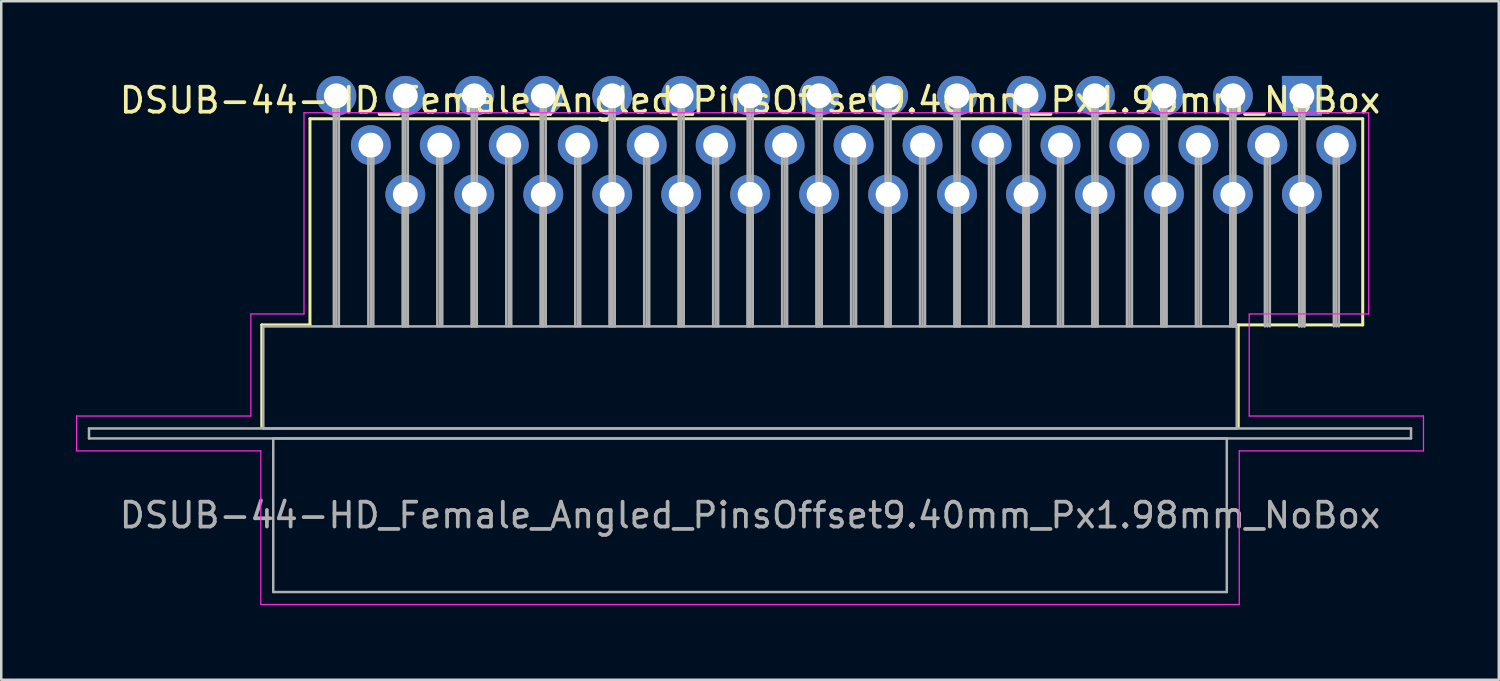
<source format=kicad_pcb>
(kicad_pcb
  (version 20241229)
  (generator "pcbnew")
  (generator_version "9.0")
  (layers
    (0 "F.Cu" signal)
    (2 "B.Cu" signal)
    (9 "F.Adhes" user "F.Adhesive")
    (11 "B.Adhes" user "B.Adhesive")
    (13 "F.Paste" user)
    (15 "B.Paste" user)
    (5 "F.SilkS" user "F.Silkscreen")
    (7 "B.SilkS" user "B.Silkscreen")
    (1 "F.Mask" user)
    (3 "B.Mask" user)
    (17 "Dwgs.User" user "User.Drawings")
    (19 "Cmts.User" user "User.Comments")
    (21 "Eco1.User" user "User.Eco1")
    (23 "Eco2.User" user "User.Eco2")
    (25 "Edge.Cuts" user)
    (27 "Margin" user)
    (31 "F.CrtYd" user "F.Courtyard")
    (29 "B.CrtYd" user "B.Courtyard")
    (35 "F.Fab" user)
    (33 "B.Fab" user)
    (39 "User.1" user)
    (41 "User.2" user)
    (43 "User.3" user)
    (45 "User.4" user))
  (footprint "DSUB-44-HD_Female_Angled_PinsOffset9.40mm_Px1.98mm_NoBox"
    (layer "F.Cu")
    (at 49.24 0.8)
    (property "Reference" "DSUB-44-HD_Female_Angled_PinsOffset9.40mm_Px1.98mm_NoBox" (at -22.165 0.18 0) (layer "F.SilkS") (effects (font (size 1 1) (thickness 0.15))))
    (attr through_hole)
    (fp_line (start -41.775 9.2) (end -39.84 9.2) (stroke (width 0.12) (type solid)) (layer "F.SilkS"))
    (fp_line (start -41.775 13.3) (end -41.775 9.2) (stroke (width 0.12) (type solid)) (layer "F.SilkS"))
    (fp_line (start -39.84 0.92) (end 2.445 0.92) (stroke (width 0.12) (type solid)) (layer "F.SilkS"))
    (fp_line (start -39.84 9.2) (end -39.84 0.92) (stroke (width 0.12) (type solid)) (layer "F.SilkS"))
    (fp_line (start -2.555 9.2) (end -2.555 13.3) (stroke (width 0.12) (type solid)) (layer "F.SilkS"))
    (fp_line (start -0.25 0.226) (end 0.25 0.226) (stroke (width 0.12) (type solid)) (layer "F.SilkS"))
    (fp_line (start 0 0.659) (end -0.25 0.226) (stroke (width 0.12) (type solid)) (layer "F.SilkS"))
    (fp_line (start 0.25 0.226) (end 0 0.659) (stroke (width 0.12) (type solid)) (layer "F.SilkS"))
    (fp_line (start 2.445 0.92) (end 2.445 9.2) (stroke (width 0.12) (type solid)) (layer "F.SilkS"))
    (fp_line (start 2.445 9.2) (end -2.555 9.2) (stroke (width 0.12) (type solid)) (layer "F.SilkS"))
    (fp_line (start -49.215 12.86) (end -42.215 12.86) (stroke (width 0.05) (type solid)) (layer "F.CrtYd"))
    (fp_line (start -49.215 14.26) (end -49.215 12.86) (stroke (width 0.05) (type solid)) (layer "F.CrtYd"))
    (fp_line (start -42.215 8.76) (end -40.08 8.76) (stroke (width 0.05) (type solid)) (layer "F.CrtYd"))
    (fp_line (start -42.215 12.86) (end -42.215 8.76) (stroke (width 0.05) (type solid)) (layer "F.CrtYd"))
    (fp_line (start -41.815 14.26) (end -49.215 14.26) (stroke (width 0.05) (type solid)) (layer "F.CrtYd"))
    (fp_line (start -41.815 20.43) (end -41.815 14.26) (stroke (width 0.05) (type solid)) (layer "F.CrtYd"))
    (fp_line (start -40.08 0.68) (end 2.685 0.68) (stroke (width 0.05) (type solid)) (layer "F.CrtYd"))
    (fp_line (start -40.08 8.76) (end -40.08 0.68) (stroke (width 0.05) (type solid)) (layer "F.CrtYd"))
    (fp_line (start -2.515 14.26) (end -2.515 20.43) (stroke (width 0.05) (type solid)) (layer "F.CrtYd"))
    (fp_line (start -2.515 20.43) (end -41.815 20.43) (stroke (width 0.05) (type solid)) (layer "F.CrtYd"))
    (fp_line (start -2.115 8.76) (end -2.115 12.86) (stroke (width 0.05) (type solid)) (layer "F.CrtYd"))
    (fp_line (start -2.115 12.86) (end 4.885 12.86) (stroke (width 0.05) (type solid)) (layer "F.CrtYd"))
    (fp_line (start 2.685 0.68) (end 2.685 8.76) (stroke (width 0.05) (type solid)) (layer "F.CrtYd"))
    (fp_line (start 2.685 8.76) (end -2.115 8.76) (stroke (width 0.05) (type solid)) (layer "F.CrtYd"))
    (fp_line (start 4.885 12.86) (end 4.885 14.26) (stroke (width 0.05) (type solid)) (layer "F.CrtYd"))
    (fp_line (start 4.885 14.26) (end -2.515 14.26) (stroke (width 0.05) (type solid)) (layer "F.CrtYd"))
    (fp_line (start -48.715 13.36) (end -48.715 13.76) (stroke (width 0.1) (type solid)) (layer "F.Fab"))
    (fp_line (start -48.715 13.76) (end 4.385 13.76) (stroke (width 0.1) (type solid)) (layer "F.Fab"))
    (fp_line (start -41.715 9.26) (end -41.715 13.36) (stroke (width 0.1) (type solid)) (layer "F.Fab"))
    (fp_line (start -41.715 13.36) (end -2.615 13.36) (stroke (width 0.1) (type solid)) (layer "F.Fab"))
    (fp_line (start -41.315 13.76) (end -41.315 19.93) (stroke (width 0.1) (type solid)) (layer "F.Fab"))
    (fp_line (start -41.315 19.93) (end -3.015 19.93) (stroke (width 0.1) (type solid)) (layer "F.Fab"))
    (fp_line (start -38.88 0) (end -38.88 9.26) (stroke (width 0.1) (type solid)) (layer "F.Fab"))
    (fp_line (start -38.78 0) (end -38.78 9.26) (stroke (width 0.1) (type solid)) (layer "F.Fab"))
    (fp_line (start -38.68 0) (end -38.68 9.26) (stroke (width 0.1) (type solid)) (layer "F.Fab"))
    (fp_line (start -37.495 1.98) (end -37.495 9.26) (stroke (width 0.1) (type solid)) (layer "F.Fab"))
    (fp_line (start -37.395 1.98) (end -37.395 9.26) (stroke (width 0.1) (type solid)) (layer "F.Fab"))
    (fp_line (start -37.295 1.98) (end -37.295 9.26) (stroke (width 0.1) (type solid)) (layer "F.Fab"))
    (fp_line (start -36.11 0) (end -36.11 9.26) (stroke (width 0.1) (type solid)) (layer "F.Fab"))
    (fp_line (start -36.11 3.96) (end -36.11 9.26) (stroke (width 0.1) (type solid)) (layer "F.Fab"))
    (fp_line (start -36.01 0) (end -36.01 9.26) (stroke (width 0.1) (type solid)) (layer "F.Fab"))
    (fp_line (start -36.01 3.96) (end -36.01 9.26) (stroke (width 0.1) (type solid)) (layer "F.Fab"))
    (fp_line (start -35.91 0) (end -35.91 9.26) (stroke (width 0.1) (type solid)) (layer "F.Fab"))
    (fp_line (start -35.91 3.96) (end -35.91 9.26) (stroke (width 0.1) (type solid)) (layer "F.Fab"))
    (fp_line (start -34.725 1.98) (end -34.725 9.26) (stroke (width 0.1) (type solid)) (layer "F.Fab"))
    (fp_line (start -34.625 1.98) (end -34.625 9.26) (stroke (width 0.1) (type solid)) (layer "F.Fab"))
    (fp_line (start -34.525 1.98) (end -34.525 9.26) (stroke (width 0.1) (type solid)) (layer "F.Fab"))
    (fp_line (start -33.34 0) (end -33.34 9.26) (stroke (width 0.1) (type solid)) (layer "F.Fab"))
    (fp_line (start -33.34 3.96) (end -33.34 9.26) (stroke (width 0.1) (type solid)) (layer "F.Fab"))
    (fp_line (start -33.24 0) (end -33.24 9.26) (stroke (width 0.1) (type solid)) (layer "F.Fab"))
    (fp_line (start -33.24 3.96) (end -33.24 9.26) (stroke (width 0.1) (type solid)) (layer "F.Fab"))
    (fp_line (start -33.14 0) (end -33.14 9.26) (stroke (width 0.1) (type solid)) (layer "F.Fab"))
    (fp_line (start -33.14 3.96) (end -33.14 9.26) (stroke (width 0.1) (type solid)) (layer "F.Fab"))
    (fp_line (start -31.955 1.98) (end -31.955 9.26) (stroke (width 0.1) (type solid)) (layer "F.Fab"))
    (fp_line (start -31.855 1.98) (end -31.855 9.26) (stroke (width 0.1) (type solid)) (layer "F.Fab"))
    (fp_line (start -31.755 1.98) (end -31.755 9.26) (stroke (width 0.1) (type solid)) (layer "F.Fab"))
    (fp_line (start -30.57 0) (end -30.57 9.26) (stroke (width 0.1) (type solid)) (layer "F.Fab"))
    (fp_line (start -30.57 3.96) (end -30.57 9.26) (stroke (width 0.1) (type solid)) (layer "F.Fab"))
    (fp_line (start -30.47 0) (end -30.47 9.26) (stroke (width 0.1) (type solid)) (layer "F.Fab"))
    (fp_line (start -30.47 3.96) (end -30.47 9.26) (stroke (width 0.1) (type solid)) (layer "F.Fab"))
    (fp_line (start -30.37 0) (end -30.37 9.26) (stroke (width 0.1) (type solid)) (layer "F.Fab"))
    (fp_line (start -30.37 3.96) (end -30.37 9.26) (stroke (width 0.1) (type solid)) (layer "F.Fab"))
    (fp_line (start -29.185 1.98) (end -29.185 9.26) (stroke (width 0.1) (type solid)) (layer "F.Fab"))
    (fp_line (start -29.085 1.98) (end -29.085 9.26) (stroke (width 0.1) (type solid)) (layer "F.Fab"))
    (fp_line (start -28.985 1.98) (end -28.985 9.26) (stroke (width 0.1) (type solid)) (layer "F.Fab"))
    (fp_line (start -27.8 0) (end -27.8 9.26) (stroke (width 0.1) (type solid)) (layer "F.Fab"))
    (fp_line (start -27.8 3.96) (end -27.8 9.26) (stroke (width 0.1) (type solid)) (layer "F.Fab"))
    (fp_line (start -27.7 0) (end -27.7 9.26) (stroke (width 0.1) (type solid)) (layer "F.Fab"))
    (fp_line (start -27.7 3.96) (end -27.7 9.26) (stroke (width 0.1) (type solid)) (layer "F.Fab"))
    (fp_line (start -27.6 0) (end -27.6 9.26) (stroke (width 0.1) (type solid)) (layer "F.Fab"))
    (fp_line (start -27.6 3.96) (end -27.6 9.26) (stroke (width 0.1) (type solid)) (layer "F.Fab"))
    (fp_line (start -26.415 1.98) (end -26.415 9.26) (stroke (width 0.1) (type solid)) (layer "F.Fab"))
    (fp_line (start -26.315 1.98) (end -26.315 9.26) (stroke (width 0.1) (type solid)) (layer "F.Fab"))
    (fp_line (start -26.215 1.98) (end -26.215 9.26) (stroke (width 0.1) (type solid)) (layer "F.Fab"))
    (fp_line (start -25.03 0) (end -25.03 9.26) (stroke (width 0.1) (type solid)) (layer "F.Fab"))
    (fp_line (start -25.03 3.96) (end -25.03 9.26) (stroke (width 0.1) (type solid)) (layer "F.Fab"))
    (fp_line (start -24.93 0) (end -24.93 9.26) (stroke (width 0.1) (type solid)) (layer "F.Fab"))
    (fp_line (start -24.93 3.96) (end -24.93 9.26) (stroke (width 0.1) (type solid)) (layer "F.Fab"))
    (fp_line (start -24.83 0) (end -24.83 9.26) (stroke (width 0.1) (type solid)) (layer "F.Fab"))
    (fp_line (start -24.83 3.96) (end -24.83 9.26) (stroke (width 0.1) (type solid)) (layer "F.Fab"))
    (fp_line (start -23.645 1.98) (end -23.645 9.26) (stroke (width 0.1) (type solid)) (layer "F.Fab"))
    (fp_line (start -23.545 1.98) (end -23.545 9.26) (stroke (width 0.1) (type solid)) (layer "F.Fab"))
    (fp_line (start -23.445 1.98) (end -23.445 9.26) (stroke (width 0.1) (type solid)) (layer "F.Fab"))
    (fp_line (start -22.26 0) (end -22.26 9.26) (stroke (width 0.1) (type solid)) (layer "F.Fab"))
    (fp_line (start -22.26 3.96) (end -22.26 9.26) (stroke (width 0.1) (type solid)) (layer "F.Fab"))
    (fp_line (start -22.16 0) (end -22.16 9.26) (stroke (width 0.1) (type solid)) (layer "F.Fab"))
    (fp_line (start -22.16 3.96) (end -22.16 9.26) (stroke (width 0.1) (type solid)) (layer "F.Fab"))
    (fp_line (start -22.06 0) (end -22.06 9.26) (stroke (width 0.1) (type solid)) (layer "F.Fab"))
    (fp_line (start -22.06 3.96) (end -22.06 9.26) (stroke (width 0.1) (type solid)) (layer "F.Fab"))
    (fp_line (start -20.875 1.98) (end -20.875 9.26) (stroke (width 0.1) (type solid)) (layer "F.Fab"))
    (fp_line (start -20.775 1.98) (end -20.775 9.26) (stroke (width 0.1) (type solid)) (layer "F.Fab"))
    (fp_line (start -20.675 1.98) (end -20.675 9.26) (stroke (width 0.1) (type solid)) (layer "F.Fab"))
    (fp_line (start -19.49 0) (end -19.49 9.26) (stroke (width 0.1) (type solid)) (layer "F.Fab"))
    (fp_line (start -19.49 3.96) (end -19.49 9.26) (stroke (width 0.1) (type solid)) (layer "F.Fab"))
    (fp_line (start -19.39 0) (end -19.39 9.26) (stroke (width 0.1) (type solid)) (layer "F.Fab"))
    (fp_line (start -19.39 3.96) (end -19.39 9.26) (stroke (width 0.1) (type solid)) (layer "F.Fab"))
    (fp_line (start -19.29 0) (end -19.29 9.26) (stroke (width 0.1) (type solid)) (layer "F.Fab"))
    (fp_line (start -19.29 3.96) (end -19.29 9.26) (stroke (width 0.1) (type solid)) (layer "F.Fab"))
    (fp_line (start -18.105 1.98) (end -18.105 9.26) (stroke (width 0.1) (type solid)) (layer "F.Fab"))
    (fp_line (start -18.005 1.98) (end -18.005 9.26) (stroke (width 0.1) (type solid)) (layer "F.Fab"))
    (fp_line (start -17.905 1.98) (end -17.905 9.26) (stroke (width 0.1) (type solid)) (layer "F.Fab"))
    (fp_line (start -16.72 0) (end -16.72 9.26) (stroke (width 0.1) (type solid)) (layer "F.Fab"))
    (fp_line (start -16.72 3.96) (end -16.72 9.26) (stroke (width 0.1) (type solid)) (layer "F.Fab"))
    (fp_line (start -16.62 0) (end -16.62 9.26) (stroke (width 0.1) (type solid)) (layer "F.Fab"))
    (fp_line (start -16.62 3.96) (end -16.62 9.26) (stroke (width 0.1) (type solid)) (layer "F.Fab"))
    (fp_line (start -16.52 0) (end -16.52 9.26) (stroke (width 0.1) (type solid)) (layer "F.Fab"))
    (fp_line (start -16.52 3.96) (end -16.52 9.26) (stroke (width 0.1) (type solid)) (layer "F.Fab"))
    (fp_line (start -15.335 1.98) (end -15.335 9.26) (stroke (width 0.1) (type solid)) (layer "F.Fab"))
    (fp_line (start -15.235 1.98) (end -15.235 9.26) (stroke (width 0.1) (type solid)) (layer "F.Fab"))
    (fp_line (start -15.135 1.98) (end -15.135 9.26) (stroke (width 0.1) (type solid)) (layer "F.Fab"))
    (fp_line (start -13.95 0) (end -13.95 9.26) (stroke (width 0.1) (type solid)) (layer "F.Fab"))
    (fp_line (start -13.95 3.96) (end -13.95 9.26) (stroke (width 0.1) (type solid)) (layer "F.Fab"))
    (fp_line (start -13.85 0) (end -13.85 9.26) (stroke (width 0.1) (type solid)) (layer "F.Fab"))
    (fp_line (start -13.85 3.96) (end -13.85 9.26) (stroke (width 0.1) (type solid)) (layer "F.Fab"))
    (fp_line (start -13.75 0) (end -13.75 9.26) (stroke (width 0.1) (type solid)) (layer "F.Fab"))
    (fp_line (start -13.75 3.96) (end -13.75 9.26) (stroke (width 0.1) (type solid)) (layer "F.Fab"))
    (fp_line (start -12.565 1.98) (end -12.565 9.26) (stroke (width 0.1) (type solid)) (layer "F.Fab"))
    (fp_line (start -12.465 1.98) (end -12.465 9.26) (stroke (width 0.1) (type solid)) (layer "F.Fab"))
    (fp_line (start -12.365 1.98) (end -12.365 9.26) (stroke (width 0.1) (type solid)) (layer "F.Fab"))
    (fp_line (start -11.18 0) (end -11.18 9.26) (stroke (width 0.1) (type solid)) (layer "F.Fab"))
    (fp_line (start -11.18 3.96) (end -11.18 9.26) (stroke (width 0.1) (type solid)) (layer "F.Fab"))
    (fp_line (start -11.08 0) (end -11.08 9.26) (stroke (width 0.1) (type solid)) (layer "F.Fab"))
    (fp_line (start -11.08 3.96) (end -11.08 9.26) (stroke (width 0.1) (type solid)) (layer "F.Fab"))
    (fp_line (start -10.98 0) (end -10.98 9.26) (stroke (width 0.1) (type solid)) (layer "F.Fab"))
    (fp_line (start -10.98 3.96) (end -10.98 9.26) (stroke (width 0.1) (type solid)) (layer "F.Fab"))
    (fp_line (start -9.795 1.98) (end -9.795 9.26) (stroke (width 0.1) (type solid)) (layer "F.Fab"))
    (fp_line (start -9.695 1.98) (end -9.695 9.26) (stroke (width 0.1) (type solid)) (layer "F.Fab"))
    (fp_line (start -9.595 1.98) (end -9.595 9.26) (stroke (width 0.1) (type solid)) (layer "F.Fab"))
    (fp_line (start -8.41 0) (end -8.41 9.26) (stroke (width 0.1) (type solid)) (layer "F.Fab"))
    (fp_line (start -8.41 3.96) (end -8.41 9.26) (stroke (width 0.1) (type solid)) (layer "F.Fab"))
    (fp_line (start -8.31 0) (end -8.31 9.26) (stroke (width 0.1) (type solid)) (layer "F.Fab"))
    (fp_line (start -8.31 3.96) (end -8.31 9.26) (stroke (width 0.1) (type solid)) (layer "F.Fab"))
    (fp_line (start -8.21 0) (end -8.21 9.26) (stroke (width 0.1) (type solid)) (layer "F.Fab"))
    (fp_line (start -8.21 3.96) (end -8.21 9.26) (stroke (width 0.1) (type solid)) (layer "F.Fab"))
    (fp_line (start -7.025 1.98) (end -7.025 9.26) (stroke (width 0.1) (type solid)) (layer "F.Fab"))
    (fp_line (start -6.925 1.98) (end -6.925 9.26) (stroke (width 0.1) (type solid)) (layer "F.Fab"))
    (fp_line (start -6.825 1.98) (end -6.825 9.26) (stroke (width 0.1) (type solid)) (layer "F.Fab"))
    (fp_line (start -5.64 0) (end -5.64 9.26) (stroke (width 0.1) (type solid)) (layer "F.Fab"))
    (fp_line (start -5.64 3.96) (end -5.64 9.26) (stroke (width 0.1) (type solid)) (layer "F.Fab"))
    (fp_line (start -5.54 0) (end -5.54 9.26) (stroke (width 0.1) (type solid)) (layer "F.Fab"))
    (fp_line (start -5.54 3.96) (end -5.54 9.26) (stroke (width 0.1) (type solid)) (layer "F.Fab"))
    (fp_line (start -5.44 0) (end -5.44 9.26) (stroke (width 0.1) (type solid)) (layer "F.Fab"))
    (fp_line (start -5.44 3.96) (end -5.44 9.26) (stroke (width 0.1) (type solid)) (layer "F.Fab"))
    (fp_line (start -4.255 1.98) (end -4.255 9.26) (stroke (width 0.1) (type solid)) (layer "F.Fab"))
    (fp_line (start -4.155 1.98) (end -4.155 9.26) (stroke (width 0.1) (type solid)) (layer "F.Fab"))
    (fp_line (start -4.055 1.98) (end -4.055 9.26) (stroke (width 0.1) (type solid)) (layer "F.Fab"))
    (fp_line (start -3.015 13.76) (end -41.315 13.76) (stroke (width 0.1) (type solid)) (layer "F.Fab"))
    (fp_line (start -3.015 19.93) (end -3.015 13.76) (stroke (width 0.1) (type solid)) (layer "F.Fab"))
    (fp_line (start -2.87 0) (end -2.87 9.26) (stroke (width 0.1) (type solid)) (layer "F.Fab"))
    (fp_line (start -2.87 3.96) (end -2.87 9.26) (stroke (width 0.1) (type solid)) (layer "F.Fab"))
    (fp_line (start -2.77 0) (end -2.77 9.26) (stroke (width 0.1) (type solid)) (layer "F.Fab"))
    (fp_line (start -2.77 3.96) (end -2.77 9.26) (stroke (width 0.1) (type solid)) (layer "F.Fab"))
    (fp_line (start -2.67 0) (end -2.67 9.26) (stroke (width 0.1) (type solid)) (layer "F.Fab"))
    (fp_line (start -2.67 3.96) (end -2.67 9.26) (stroke (width 0.1) (type solid)) (layer "F.Fab"))
    (fp_line (start -2.615 9.26) (end -41.715 9.26) (stroke (width 0.1) (type solid)) (layer "F.Fab"))
    (fp_line (start -2.615 13.36) (end -2.615 9.26) (stroke (width 0.1) (type solid)) (layer "F.Fab"))
    (fp_line (start -1.485 1.98) (end -1.485 9.26) (stroke (width 0.1) (type solid)) (layer "F.Fab"))
    (fp_line (start -1.385 1.98) (end -1.385 9.26) (stroke (width 0.1) (type solid)) (layer "F.Fab"))
    (fp_line (start -1.285 1.98) (end -1.285 9.26) (stroke (width 0.1) (type solid)) (layer "F.Fab"))
    (fp_line (start -0.1 0) (end -0.1 9.26) (stroke (width 0.1) (type solid)) (layer "F.Fab"))
    (fp_line (start -0.1 3.96) (end -0.1 9.26) (stroke (width 0.1) (type solid)) (layer "F.Fab"))
    (fp_line (start 0 0) (end 0 9.26) (stroke (width 0.1) (type solid)) (layer "F.Fab"))
    (fp_line (start 0 3.96) (end 0 9.26) (stroke (width 0.1) (type solid)) (layer "F.Fab"))
    (fp_line (start 0.1 0) (end 0.1 9.26) (stroke (width 0.1) (type solid)) (layer "F.Fab"))
    (fp_line (start 0.1 3.96) (end 0.1 9.26) (stroke (width 0.1) (type solid)) (layer "F.Fab"))
    (fp_line (start 1.285 1.98) (end 1.285 9.26) (stroke (width 0.1) (type solid)) (layer "F.Fab"))
    (fp_line (start 1.385 1.98) (end 1.385 9.26) (stroke (width 0.1) (type solid)) (layer "F.Fab"))
    (fp_line (start 1.485 1.98) (end 1.485 9.26) (stroke (width 0.1) (type solid)) (layer "F.Fab"))
    (fp_line (start 4.385 13.36) (end -48.715 13.36) (stroke (width 0.1) (type solid)) (layer "F.Fab"))
    (fp_line (start 4.385 13.76) (end 4.385 13.36) (stroke (width 0.1) (type solid)) (layer "F.Fab"))
    (fp_text user "${REFERENCE}" (at -22.165 16.845 0) (layer "F.Fab") (effects (font (size 1 1) (thickness 0.15))))
    (pad "1" thru_hole rect (at 0 0) (size 1.6 1.6) (drill 1) (layers "*.Cu" "*.Mask"))
    (pad "2" thru_hole circle (at -2.77 0) (size 1.6 1.6) (drill 1) (layers "*.Cu" "*.Mask"))
    (pad "3" thru_hole circle (at -5.54 0) (size 1.6 1.6) (drill 1) (layers "*.Cu" "*.Mask"))
    (pad "4" thru_hole circle (at -8.31 0) (size 1.6 1.6) (drill 1) (layers "*.Cu" "*.Mask"))
    (pad "5" thru_hole circle (at -11.08 0) (size 1.6 1.6) (drill 1) (layers "*.Cu" "*.Mask"))
    (pad "6" thru_hole circle (at -13.85 0) (size 1.6 1.6) (drill 1) (layers "*.Cu" "*.Mask"))
    (pad "7" thru_hole circle (at -16.62 0) (size 1.6 1.6) (drill 1) (layers "*.Cu" "*.Mask"))
    (pad "8" thru_hole circle (at -19.39 0) (size 1.6 1.6) (drill 1) (layers "*.Cu" "*.Mask"))
    (pad "9" thru_hole circle (at -22.16 0) (size 1.6 1.6) (drill 1) (layers "*.Cu" "*.Mask"))
    (pad "10" thru_hole circle (at -24.93 0) (size 1.6 1.6) (drill 1) (layers "*.Cu" "*.Mask"))
    (pad "11" thru_hole circle (at -27.7 0) (size 1.6 1.6) (drill 1) (layers "*.Cu" "*.Mask"))
    (pad "12" thru_hole circle (at -30.47 0) (size 1.6 1.6) (drill 1) (layers "*.Cu" "*.Mask"))
    (pad "13" thru_hole circle (at -33.24 0) (size 1.6 1.6) (drill 1) (layers "*.Cu" "*.Mask"))
    (pad "14" thru_hole circle (at -36.01 0) (size 1.6 1.6) (drill 1) (layers "*.Cu" "*.Mask"))
    (pad "15" thru_hole circle (at -38.78 0) (size 1.6 1.6) (drill 1) (layers "*.Cu" "*.Mask"))
    (pad "16" thru_hole circle (at 1.385 1.98) (size 1.6 1.6) (drill 1) (layers "*.Cu" "*.Mask"))
    (pad "17" thru_hole circle (at -1.385 1.98) (size 1.6 1.6) (drill 1) (layers "*.Cu" "*.Mask"))
    (pad "18" thru_hole circle (at -4.155 1.98) (size 1.6 1.6) (drill 1) (layers "*.Cu" "*.Mask"))
    (pad "19" thru_hole circle (at -6.925 1.98) (size 1.6 1.6) (drill 1) (layers "*.Cu" "*.Mask"))
    (pad "20" thru_hole circle (at -9.695 1.98) (size 1.6 1.6) (drill 1) (layers "*.Cu" "*.Mask"))
    (pad "21" thru_hole circle (at -12.465 1.98) (size 1.6 1.6) (drill 1) (layers "*.Cu" "*.Mask"))
    (pad "22" thru_hole circle (at -15.235 1.98) (size 1.6 1.6) (drill 1) (layers "*.Cu" "*.Mask"))
    (pad "23" thru_hole circle (at -18.005 1.98) (size 1.6 1.6) (drill 1) (layers "*.Cu" "*.Mask"))
    (pad "24" thru_hole circle (at -20.775 1.98) (size 1.6 1.6) (drill 1) (layers "*.Cu" "*.Mask"))
    (pad "25" thru_hole circle (at -23.545 1.98) (size 1.6 1.6) (drill 1) (layers "*.Cu" "*.Mask"))
    (pad "26" thru_hole circle (at -26.315 1.98) (size 1.6 1.6) (drill 1) (layers "*.Cu" "*.Mask"))
    (pad "27" thru_hole circle (at -29.085 1.98) (size 1.6 1.6) (drill 1) (layers "*.Cu" "*.Mask"))
    (pad "28" thru_hole circle (at -31.855 1.98) (size 1.6 1.6) (drill 1) (layers "*.Cu" "*.Mask"))
    (pad "29" thru_hole circle (at -34.625 1.98) (size 1.6 1.6) (drill 1) (layers "*.Cu" "*.Mask"))
    (pad "30" thru_hole circle (at -37.395 1.98) (size 1.6 1.6) (drill 1) (layers "*.Cu" "*.Mask"))
    (pad "31" thru_hole circle (at 0 3.96) (size 1.6 1.6) (drill 1) (layers "*.Cu" "*.Mask"))
    (pad "32" thru_hole circle (at -2.77 3.96) (size 1.6 1.6) (drill 1) (layers "*.Cu" "*.Mask"))
    (pad "33" thru_hole circle (at -5.54 3.96) (size 1.6 1.6) (drill 1) (layers "*.Cu" "*.Mask"))
    (pad "34" thru_hole circle (at -8.31 3.96) (size 1.6 1.6) (drill 1) (layers "*.Cu" "*.Mask"))
    (pad "35" thru_hole circle (at -11.08 3.96) (size 1.6 1.6) (drill 1) (layers "*.Cu" "*.Mask"))
    (pad "36" thru_hole circle (at -13.85 3.96) (size 1.6 1.6) (drill 1) (layers "*.Cu" "*.Mask"))
    (pad "37" thru_hole circle (at -16.62 3.96) (size 1.6 1.6) (drill 1) (layers "*.Cu" "*.Mask"))
    (pad "38" thru_hole circle (at -19.39 3.96) (size 1.6 1.6) (drill 1) (layers "*.Cu" "*.Mask"))
    (pad "39" thru_hole circle (at -22.16 3.96) (size 1.6 1.6) (drill 1) (layers "*.Cu" "*.Mask"))
    (pad "40" thru_hole circle (at -24.93 3.96) (size 1.6 1.6) (drill 1) (layers "*.Cu" "*.Mask"))
    (pad "41" thru_hole circle (at -27.7 3.96) (size 1.6 1.6) (drill 1) (layers "*.Cu" "*.Mask"))
    (pad "42" thru_hole circle (at -30.47 3.96) (size 1.6 1.6) (drill 1) (layers "*.Cu" "*.Mask"))
    (pad "43" thru_hole circle (at -33.24 3.96) (size 1.6 1.6) (drill 1) (layers "*.Cu" "*.Mask"))
    (pad "44" thru_hole circle (at -36.01 3.96) (size 1.6 1.6) (drill 1) (layers "*.Cu" "*.Mask")))
  (gr_rect
    (start -3 -3)
    (end 57.15 24.255)
    (stroke (width 0.1) (type default))
    (fill no)
    (layer "Edge.Cuts")))
</source>
